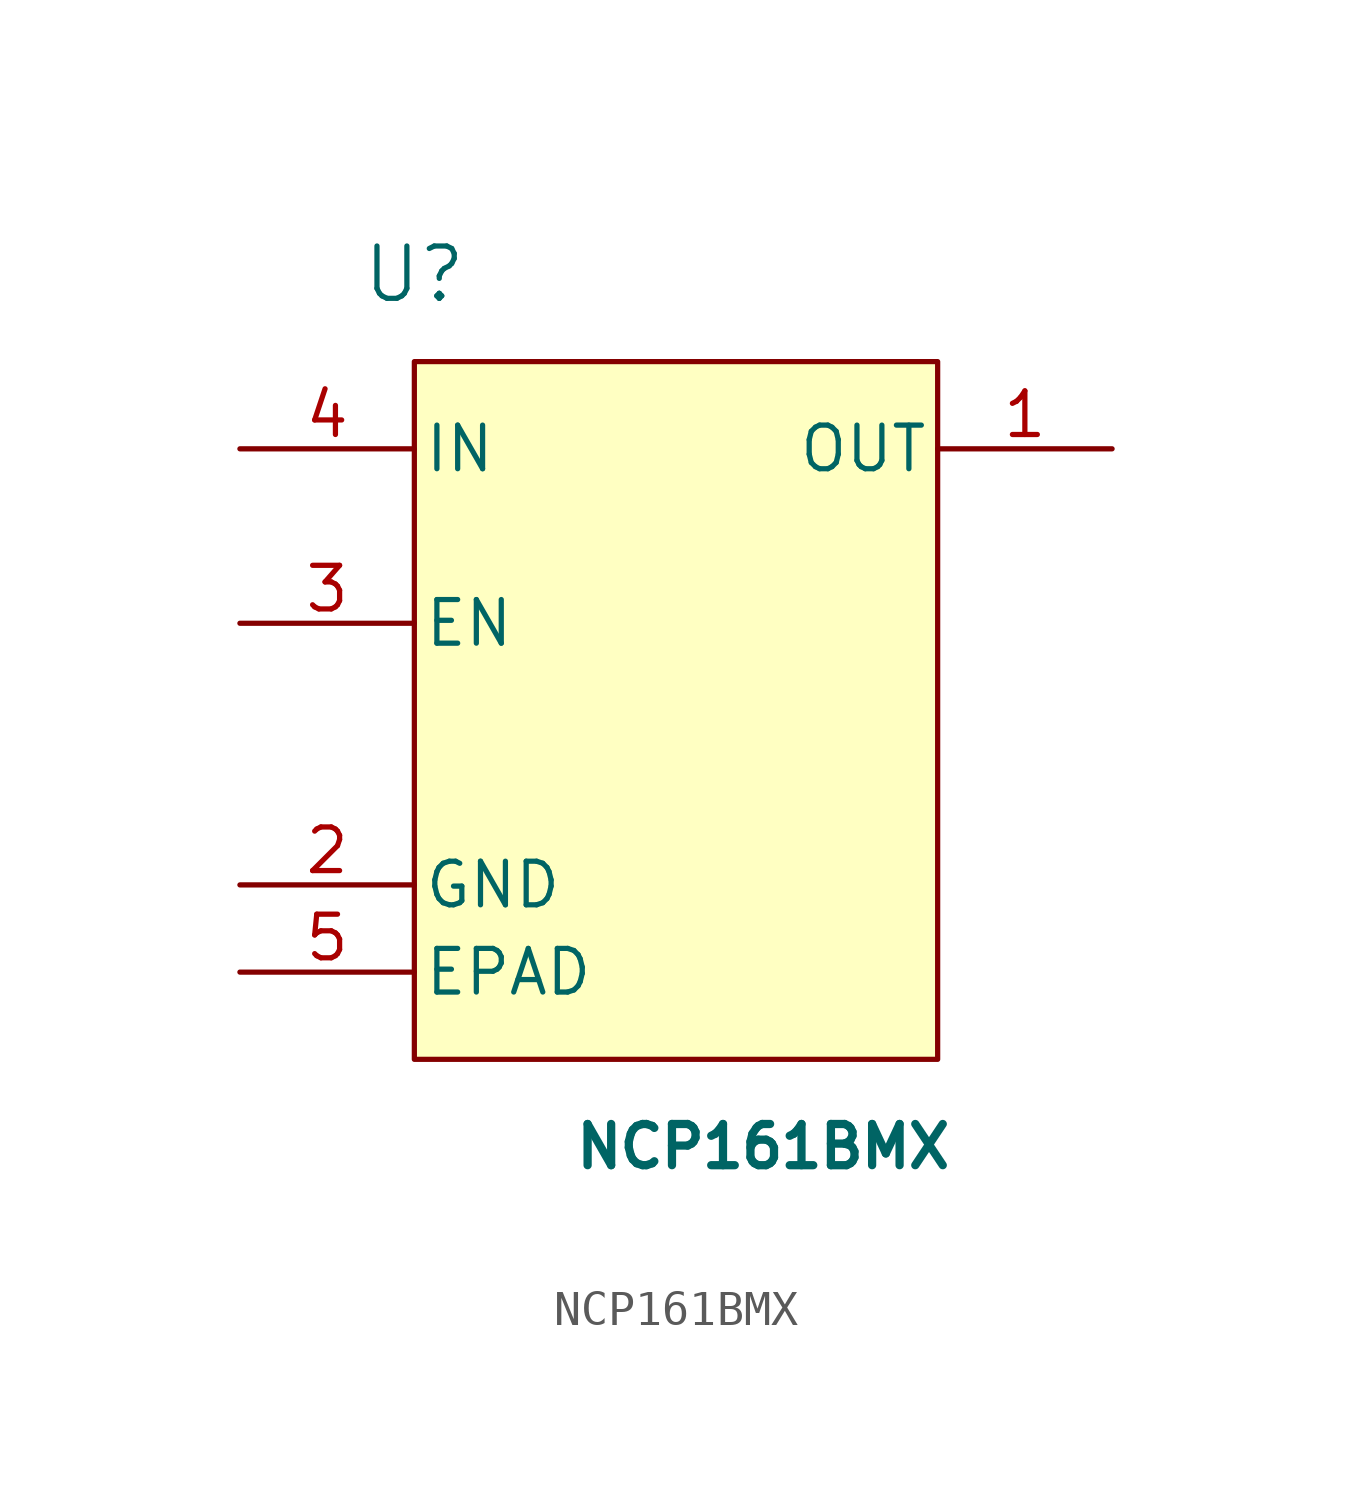
<source format=kicad_sym>
(kicad_symbol_lib
  (version 20230620)
  (generator kicad_symbol_editor)
  (symbol "NCP161BMX"
    (pin_names
      (offset 0.254))
    (property "Reference" "U"
      (at 0 10.16 0)
      (effects (font (size 1.524 1.524))))
    (property "Value" "NCP161BMX"
      (at 10.16 -15.24 0)
      (effects (font (size 1.2 1.2) bold)))
    (symbol "NCP161BMX_1_1"
      (rectangle (start 0 7.62) (end 15.24 -12.7) (stroke (width 0) (type default)) (fill (type background)))
      (pin output line (at 20.32 5.08 180) (length 5.08) (name "OUT" (effects (font (size 1.27 1.27)))) (number "1" (effects (font (size 1.27 1.27)))))
      (pin power_in line (at -5.08 -7.62 0) (length 5.08) (name "GND" (effects (font (size 1.27 1.27)))) (number "2" (effects (font (size 1.27 1.27)))))
      (pin unspecified line (at -5.08 0 0) (length 5.08) (name "EN" (effects (font (size 1.27 1.27)))) (number "3" (effects (font (size 1.27 1.27)))))
      (pin input line (at -5.08 5.08 0) (length 5.08) (name "IN" (effects (font (size 1.27 1.27)))) (number "4" (effects (font (size 1.27 1.27)))))
      (pin unspecified line (at -5.08 -10.16 0) (length 5.08) (name "EPAD" (effects (font (size 1.27 1.27)))) (number "5" (effects (font (size 1.27 1.27))))))))
</source>
